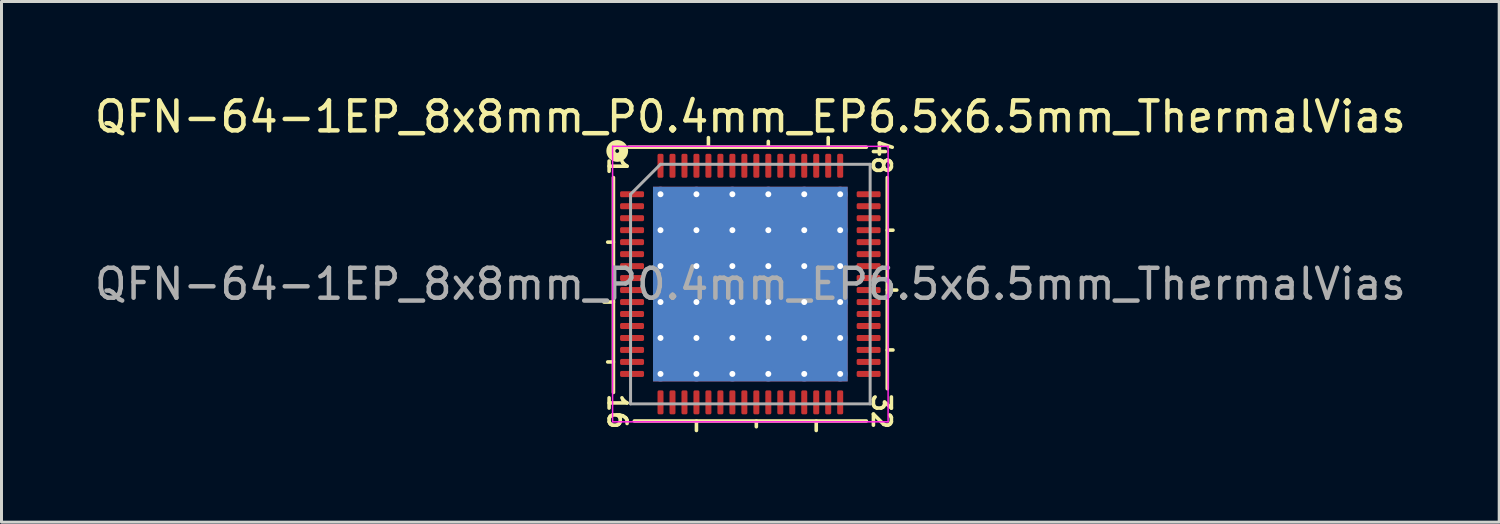
<source format=kicad_pcb>
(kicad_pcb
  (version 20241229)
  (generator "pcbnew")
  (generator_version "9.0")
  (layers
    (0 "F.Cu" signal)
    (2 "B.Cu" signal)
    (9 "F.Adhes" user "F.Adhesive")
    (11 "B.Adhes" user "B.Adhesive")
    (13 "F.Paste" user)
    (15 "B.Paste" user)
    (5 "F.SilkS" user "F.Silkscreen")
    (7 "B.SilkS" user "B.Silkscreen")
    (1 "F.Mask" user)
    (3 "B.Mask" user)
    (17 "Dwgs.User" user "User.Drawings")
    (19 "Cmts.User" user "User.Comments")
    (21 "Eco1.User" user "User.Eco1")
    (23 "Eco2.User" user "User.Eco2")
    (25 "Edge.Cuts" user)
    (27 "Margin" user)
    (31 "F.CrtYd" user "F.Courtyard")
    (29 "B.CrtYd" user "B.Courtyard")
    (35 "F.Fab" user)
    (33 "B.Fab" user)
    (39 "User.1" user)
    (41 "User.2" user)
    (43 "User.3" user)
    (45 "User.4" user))
  (footprint "QFN-64-1EP_8x8mm_P0.4mm_EP6.5x6.5mm_ThermalVias"
    (layer "F.Cu")
    (at 22.006 6.436)
    (property "Reference" "QFN-64-1EP_8x8mm_P0.4mm_EP6.5x6.5mm_ThermalVias" (at 0 -5.588 0) (layer "F.SilkS") (effects (font (size 1 1) (thickness 0.15))))
    (attr smd)
    (fp_line (start -4.572 -3.556) (end -4.572 3.619) (stroke (width 0.12) (type solid)) (layer "F.SilkS"))
    (fp_line (start -4.572 -1.4) (end -4.763 -1.4) (stroke (width 0.12) (type solid)) (layer "F.SilkS"))
    (fp_line (start -4.572 0.6) (end -4.889 0.6) (stroke (width 0.12) (type solid)) (layer "F.SilkS"))
    (fp_line (start -4.572 2.6) (end -4.763 2.6) (stroke (width 0.12) (type solid)) (layer "F.SilkS"))
    (fp_line (start -3.873 4.572) (end 3.873 4.572) (stroke (width 0.12) (type solid)) (layer "F.SilkS"))
    (fp_line (start -1.8 4.572) (end -1.8 4.889) (stroke (width 0.12) (type solid)) (layer "F.SilkS"))
    (fp_line (start -1.4 -4.572) (end -1.4 -4.889) (stroke (width 0.12) (type solid)) (layer "F.SilkS"))
    (fp_line (start 0.2 4.572) (end 0.2 4.763) (stroke (width 0.12) (type solid)) (layer "F.SilkS"))
    (fp_line (start 0.6 -4.572) (end 0.6 -4.763) (stroke (width 0.12) (type solid)) (layer "F.SilkS"))
    (fp_line (start 2.2 4.572) (end 2.2 4.889) (stroke (width 0.12) (type solid)) (layer "F.SilkS"))
    (fp_line (start 2.6 -4.572) (end 2.6 -4.889) (stroke (width 0.12) (type solid)) (layer "F.SilkS"))
    (fp_line (start 3.873 -4.572) (end -4.064 -4.572) (stroke (width 0.12) (type solid)) (layer "F.SilkS"))
    (fp_line (start 4.572 -1.8) (end 4.763 -1.8) (stroke (width 0.12) (type solid)) (layer "F.SilkS"))
    (fp_line (start 4.572 0.2) (end 4.889 0.2) (stroke (width 0.12) (type solid)) (layer "F.SilkS"))
    (fp_line (start 4.572 2.2) (end 4.763 2.2) (stroke (width 0.12) (type solid)) (layer "F.SilkS"))
    (fp_line (start 4.572 3.493) (end 4.572 -3.556) (stroke (width 0.12) (type solid)) (layer "F.SilkS"))
    (fp_circle (center -4.445 -4.445) (end -4.381 -4.445) (stroke (width 0.3) (type solid)) (fill no) (layer "F.SilkS"))
    (fp_line (start -4.6 -4.6) (end -4.6 4.6) (stroke (width 0.05) (type solid)) (layer "F.CrtYd"))
    (fp_line (start -4.6 4.6) (end 4.6 4.6) (stroke (width 0.05) (type solid)) (layer "F.CrtYd"))
    (fp_line (start 4.6 -4.6) (end -4.6 -4.6) (stroke (width 0.05) (type solid)) (layer "F.CrtYd"))
    (fp_line (start 4.6 4.6) (end 4.6 -4.6) (stroke (width 0.05) (type solid)) (layer "F.CrtYd"))
    (fp_line (start -4 -3) (end -3 -4) (stroke (width 0.1) (type solid)) (layer "F.Fab"))
    (fp_line (start -4 4) (end -4 -3) (stroke (width 0.1) (type solid)) (layer "F.Fab"))
    (fp_line (start -3 -4) (end 4 -4) (stroke (width 0.1) (type solid)) (layer "F.Fab"))
    (fp_line (start 4 -4) (end 4 4) (stroke (width 0.1) (type solid)) (layer "F.Fab"))
    (fp_line (start 4 4) (end -4 4) (stroke (width 0.1) (type solid)) (layer "F.Fab"))
    (fp_text user "32" (at 4.381 4.255 270) (unlocked yes) (layer "F.SilkS") (effects (font (size 0.6 0.6) (thickness 0.12))))
    (fp_text user "1" (at -4.445 -3.937 270) (unlocked yes) (layer "F.SilkS") (effects (font (size 0.6 0.6) (thickness 0.12))))
    (fp_text user "48" (at 4.381 -4.255 270) (unlocked yes) (layer "F.SilkS") (effects (font (size 0.6 0.6) (thickness 0.12))))
    (fp_text user "16" (at -4.445 4.255 270) (unlocked yes) (layer "F.SilkS") (effects (font (size 0.6 0.6) (thickness 0.12))))
    (fp_text user "${REFERENCE}" (at 0 0 0) (layer "F.Fab") (effects (font (size 1 1) (thickness 0.15))))
    (pad "" smd roundrect (at -2.4 -2.4) (size 1.007 1.007) (layers "F.Paste") (roundrect_rratio 0.248))
    (pad "" smd roundrect (at -2.4 -1.2) (size 1.007 1.007) (layers "F.Paste") (roundrect_rratio 0.248))
    (pad "" smd roundrect (at -2.4 0) (size 1.007 1.007) (layers "F.Paste") (roundrect_rratio 0.248))
    (pad "" smd roundrect (at -2.4 1.2) (size 1.007 1.007) (layers "F.Paste") (roundrect_rratio 0.248))
    (pad "" smd roundrect (at -2.4 2.4) (size 1.007 1.007) (layers "F.Paste") (roundrect_rratio 0.248))
    (pad "" smd roundrect (at -1.2 -2.4) (size 1.007 1.007) (layers "F.Paste") (roundrect_rratio 0.248))
    (pad "" smd roundrect (at -1.2 -1.2) (size 1.007 1.007) (layers "F.Paste") (roundrect_rratio 0.248))
    (pad "" smd roundrect (at -1.2 0) (size 1.007 1.007) (layers "F.Paste") (roundrect_rratio 0.248))
    (pad "" smd roundrect (at -1.2 1.2) (size 1.007 1.007) (layers "F.Paste") (roundrect_rratio 0.248))
    (pad "" smd roundrect (at -1.2 2.4) (size 1.007 1.007) (layers "F.Paste") (roundrect_rratio 0.248))
    (pad "" smd roundrect (at 0 -2.4) (size 1.007 1.007) (layers "F.Paste") (roundrect_rratio 0.248))
    (pad "" smd roundrect (at 0 -1.2) (size 1.007 1.007) (layers "F.Paste") (roundrect_rratio 0.248))
    (pad "" smd roundrect (at 0 0) (size 1.007 1.007) (layers "F.Paste") (roundrect_rratio 0.248))
    (pad "" smd roundrect (at 0 1.2) (size 1.007 1.007) (layers "F.Paste") (roundrect_rratio 0.248))
    (pad "" smd roundrect (at 0 2.4) (size 1.007 1.007) (layers "F.Paste") (roundrect_rratio 0.248))
    (pad "" smd roundrect (at 1.2 -2.4) (size 1.007 1.007) (layers "F.Paste") (roundrect_rratio 0.248))
    (pad "" smd roundrect (at 1.2 -1.2) (size 1.007 1.007) (layers "F.Paste") (roundrect_rratio 0.248))
    (pad "" smd roundrect (at 1.2 0) (size 1.007 1.007) (layers "F.Paste") (roundrect_rratio 0.248))
    (pad "" smd roundrect (at 1.2 1.2) (size 1.007 1.007) (layers "F.Paste") (roundrect_rratio 0.248))
    (pad "" smd roundrect (at 1.2 2.4) (size 1.007 1.007) (layers "F.Paste") (roundrect_rratio 0.248))
    (pad "" smd roundrect (at 2.4 -2.4) (size 1.007 1.007) (layers "F.Paste") (roundrect_rratio 0.248))
    (pad "" smd roundrect (at 2.4 -1.2) (size 1.007 1.007) (layers "F.Paste") (roundrect_rratio 0.248))
    (pad "" smd roundrect (at 2.4 0) (size 1.007 1.007) (layers "F.Paste") (roundrect_rratio 0.248))
    (pad "" smd roundrect (at 2.4 1.2) (size 1.007 1.007) (layers "F.Paste") (roundrect_rratio 0.248))
    (pad "" smd roundrect (at 2.4 2.4) (size 1.007 1.007) (layers "F.Paste") (roundrect_rratio 0.248))
    (pad "1" smd roundrect (at -3.95 -3) (size 0.8 0.2) (layers "F.Cu" "F.Mask" "F.Paste") (roundrect_rratio 0.25))
    (pad "2" smd roundrect (at -3.95 -2.6) (size 0.8 0.2) (layers "F.Cu" "F.Mask" "F.Paste") (roundrect_rratio 0.25))
    (pad "3" smd roundrect (at -3.95 -2.2) (size 0.8 0.2) (layers "F.Cu" "F.Mask" "F.Paste") (roundrect_rratio 0.25))
    (pad "4" smd roundrect (at -3.95 -1.8) (size 0.8 0.2) (layers "F.Cu" "F.Mask" "F.Paste") (roundrect_rratio 0.25))
    (pad "5" smd roundrect (at -3.95 -1.4) (size 0.8 0.2) (layers "F.Cu" "F.Mask" "F.Paste") (roundrect_rratio 0.25))
    (pad "6" smd roundrect (at -3.95 -1) (size 0.8 0.2) (layers "F.Cu" "F.Mask" "F.Paste") (roundrect_rratio 0.25))
    (pad "7" smd roundrect (at -3.95 -0.6) (size 0.8 0.2) (layers "F.Cu" "F.Mask" "F.Paste") (roundrect_rratio 0.25))
    (pad "8" smd roundrect (at -3.95 -0.2) (size 0.8 0.2) (layers "F.Cu" "F.Mask" "F.Paste") (roundrect_rratio 0.25))
    (pad "9" smd roundrect (at -3.95 0.2) (size 0.8 0.2) (layers "F.Cu" "F.Mask" "F.Paste") (roundrect_rratio 0.25))
    (pad "10" smd roundrect (at -3.95 0.6) (size 0.8 0.2) (layers "F.Cu" "F.Mask" "F.Paste") (roundrect_rratio 0.25))
    (pad "11" smd roundrect (at -3.95 1) (size 0.8 0.2) (layers "F.Cu" "F.Mask" "F.Paste") (roundrect_rratio 0.25))
    (pad "12" smd roundrect (at -3.95 1.4) (size 0.8 0.2) (layers "F.Cu" "F.Mask" "F.Paste") (roundrect_rratio 0.25))
    (pad "13" smd roundrect (at -3.95 1.8) (size 0.8 0.2) (layers "F.Cu" "F.Mask" "F.Paste") (roundrect_rratio 0.25))
    (pad "14" smd roundrect (at -3.95 2.2) (size 0.8 0.2) (layers "F.Cu" "F.Mask" "F.Paste") (roundrect_rratio 0.25))
    (pad "15" smd roundrect (at -3.95 2.6) (size 0.8 0.2) (layers "F.Cu" "F.Mask" "F.Paste") (roundrect_rratio 0.25))
    (pad "16" smd roundrect (at -3.95 3) (size 0.8 0.2) (layers "F.Cu" "F.Mask" "F.Paste") (roundrect_rratio 0.25))
    (pad "17" smd roundrect (at -3 3.95) (size 0.2 0.8) (layers "F.Cu" "F.Mask" "F.Paste") (roundrect_rratio 0.25))
    (pad "18" smd roundrect (at -2.6 3.95) (size 0.2 0.8) (layers "F.Cu" "F.Mask" "F.Paste") (roundrect_rratio 0.25))
    (pad "19" smd roundrect (at -2.2 3.95) (size 0.2 0.8) (layers "F.Cu" "F.Mask" "F.Paste") (roundrect_rratio 0.25))
    (pad "20" smd roundrect (at -1.8 3.95) (size 0.2 0.8) (layers "F.Cu" "F.Mask" "F.Paste") (roundrect_rratio 0.25))
    (pad "21" smd roundrect (at -1.4 3.95) (size 0.2 0.8) (layers "F.Cu" "F.Mask" "F.Paste") (roundrect_rratio 0.25))
    (pad "22" smd roundrect (at -1 3.95) (size 0.2 0.8) (layers "F.Cu" "F.Mask" "F.Paste") (roundrect_rratio 0.25))
    (pad "23" smd roundrect (at -0.6 3.95) (size 0.2 0.8) (layers "F.Cu" "F.Mask" "F.Paste") (roundrect_rratio 0.25))
    (pad "24" smd roundrect (at -0.2 3.95) (size 0.2 0.8) (layers "F.Cu" "F.Mask" "F.Paste") (roundrect_rratio 0.25))
    (pad "25" smd roundrect (at 0.2 3.95) (size 0.2 0.8) (layers "F.Cu" "F.Mask" "F.Paste") (roundrect_rratio 0.25))
    (pad "26" smd roundrect (at 0.6 3.95) (size 0.2 0.8) (layers "F.Cu" "F.Mask" "F.Paste") (roundrect_rratio 0.25))
    (pad "27" smd roundrect (at 1 3.95) (size 0.2 0.8) (layers "F.Cu" "F.Mask" "F.Paste") (roundrect_rratio 0.25))
    (pad "28" smd roundrect (at 1.4 3.95) (size 0.2 0.8) (layers "F.Cu" "F.Mask" "F.Paste") (roundrect_rratio 0.25))
    (pad "29" smd roundrect (at 1.8 3.95) (size 0.2 0.8) (layers "F.Cu" "F.Mask" "F.Paste") (roundrect_rratio 0.25))
    (pad "30" smd roundrect (at 2.2 3.95) (size 0.2 0.8) (layers "F.Cu" "F.Mask" "F.Paste") (roundrect_rratio 0.25))
    (pad "31" smd roundrect (at 2.6 3.95) (size 0.2 0.8) (layers "F.Cu" "F.Mask" "F.Paste") (roundrect_rratio 0.25))
    (pad "32" smd roundrect (at 3 3.95) (size 0.2 0.8) (layers "F.Cu" "F.Mask" "F.Paste") (roundrect_rratio 0.25))
    (pad "33" smd roundrect (at 3.95 3) (size 0.8 0.2) (layers "F.Cu" "F.Mask" "F.Paste") (roundrect_rratio 0.25))
    (pad "34" smd roundrect (at 3.95 2.6) (size 0.8 0.2) (layers "F.Cu" "F.Mask" "F.Paste") (roundrect_rratio 0.25))
    (pad "35" smd roundrect (at 3.95 2.2) (size 0.8 0.2) (layers "F.Cu" "F.Mask" "F.Paste") (roundrect_rratio 0.25))
    (pad "36" smd roundrect (at 3.95 1.8) (size 0.8 0.2) (layers "F.Cu" "F.Mask" "F.Paste") (roundrect_rratio 0.25))
    (pad "37" smd roundrect (at 3.95 1.4) (size 0.8 0.2) (layers "F.Cu" "F.Mask" "F.Paste") (roundrect_rratio 0.25))
    (pad "38" smd roundrect (at 3.95 1) (size 0.8 0.2) (layers "F.Cu" "F.Mask" "F.Paste") (roundrect_rratio 0.25))
    (pad "39" smd roundrect (at 3.95 0.6) (size 0.8 0.2) (layers "F.Cu" "F.Mask" "F.Paste") (roundrect_rratio 0.25))
    (pad "40" smd roundrect (at 3.95 0.2) (size 0.8 0.2) (layers "F.Cu" "F.Mask" "F.Paste") (roundrect_rratio 0.25))
    (pad "41" smd roundrect (at 3.95 -0.2) (size 0.8 0.2) (layers "F.Cu" "F.Mask" "F.Paste") (roundrect_rratio 0.25))
    (pad "42" smd roundrect (at 3.95 -0.6) (size 0.8 0.2) (layers "F.Cu" "F.Mask" "F.Paste") (roundrect_rratio 0.25))
    (pad "43" smd roundrect (at 3.95 -1) (size 0.8 0.2) (layers "F.Cu" "F.Mask" "F.Paste") (roundrect_rratio 0.25))
    (pad "44" smd roundrect (at 3.95 -1.4) (size 0.8 0.2) (layers "F.Cu" "F.Mask" "F.Paste") (roundrect_rratio 0.25))
    (pad "45" smd roundrect (at 3.95 -1.8) (size 0.8 0.2) (layers "F.Cu" "F.Mask" "F.Paste") (roundrect_rratio 0.25))
    (pad "46" smd roundrect (at 3.95 -2.2) (size 0.8 0.2) (layers "F.Cu" "F.Mask" "F.Paste") (roundrect_rratio 0.25))
    (pad "47" smd roundrect (at 3.95 -2.6) (size 0.8 0.2) (layers "F.Cu" "F.Mask" "F.Paste") (roundrect_rratio 0.25))
    (pad "48" smd roundrect (at 3.95 -3) (size 0.8 0.2) (layers "F.Cu" "F.Mask" "F.Paste") (roundrect_rratio 0.25))
    (pad "49" smd roundrect (at 3 -3.95) (size 0.2 0.8) (layers "F.Cu" "F.Mask" "F.Paste") (roundrect_rratio 0.25))
    (pad "50" smd roundrect (at 2.6 -3.95) (size 0.2 0.8) (layers "F.Cu" "F.Mask" "F.Paste") (roundrect_rratio 0.25))
    (pad "51" smd roundrect (at 2.2 -3.95) (size 0.2 0.8) (layers "F.Cu" "F.Mask" "F.Paste") (roundrect_rratio 0.25))
    (pad "52" smd roundrect (at 1.8 -3.95) (size 0.2 0.8) (layers "F.Cu" "F.Mask" "F.Paste") (roundrect_rratio 0.25))
    (pad "53" smd roundrect (at 1.4 -3.95) (size 0.2 0.8) (layers "F.Cu" "F.Mask" "F.Paste") (roundrect_rratio 0.25))
    (pad "54" smd roundrect (at 1 -3.95) (size 0.2 0.8) (layers "F.Cu" "F.Mask" "F.Paste") (roundrect_rratio 0.25))
    (pad "55" smd roundrect (at 0.6 -3.95) (size 0.2 0.8) (layers "F.Cu" "F.Mask" "F.Paste") (roundrect_rratio 0.25))
    (pad "56" smd roundrect (at 0.2 -3.95) (size 0.2 0.8) (layers "F.Cu" "F.Mask" "F.Paste") (roundrect_rratio 0.25))
    (pad "57" smd roundrect (at -0.2 -3.95) (size 0.2 0.8) (layers "F.Cu" "F.Mask" "F.Paste") (roundrect_rratio 0.25))
    (pad "58" smd roundrect (at -0.6 -3.95) (size 0.2 0.8) (layers "F.Cu" "F.Mask" "F.Paste") (roundrect_rratio 0.25))
    (pad "59" smd roundrect (at -1 -3.95) (size 0.2 0.8) (layers "F.Cu" "F.Mask" "F.Paste") (roundrect_rratio 0.25))
    (pad "60" smd roundrect (at -1.4 -3.95) (size 0.2 0.8) (layers "F.Cu" "F.Mask" "F.Paste") (roundrect_rratio 0.25))
    (pad "61" smd roundrect (at -1.8 -3.95) (size 0.2 0.8) (layers "F.Cu" "F.Mask" "F.Paste") (roundrect_rratio 0.25))
    (pad "62" smd roundrect (at -2.2 -3.95) (size 0.2 0.8) (layers "F.Cu" "F.Mask" "F.Paste") (roundrect_rratio 0.25))
    (pad "63" smd roundrect (at -2.6 -3.95) (size 0.2 0.8) (layers "F.Cu" "F.Mask" "F.Paste") (roundrect_rratio 0.25))
    (pad "64" smd roundrect (at -3 -3.95) (size 0.2 0.8) (layers "F.Cu" "F.Mask" "F.Paste") (roundrect_rratio 0.25))
    (pad "65" thru_hole circle (at -3 -3) (size 0.5 0.5) (drill 0.2) (layers "*.Cu"))
    (pad "65" thru_hole circle (at -3 -1.8) (size 0.5 0.5) (drill 0.2) (layers "*.Cu"))
    (pad "65" thru_hole circle (at -3 -0.6) (size 0.5 0.5) (drill 0.2) (layers "*.Cu"))
    (pad "65" thru_hole circle (at -3 0.6) (size 0.5 0.5) (drill 0.2) (layers "*.Cu"))
    (pad "65" thru_hole circle (at -3 1.8) (size 0.5 0.5) (drill 0.2) (layers "*.Cu"))
    (pad "65" thru_hole circle (at -3 3) (size 0.5 0.5) (drill 0.2) (layers "*.Cu"))
    (pad "65" thru_hole circle (at -1.8 -3) (size 0.5 0.5) (drill 0.2) (layers "*.Cu"))
    (pad "65" thru_hole circle (at -1.8 -1.8) (size 0.5 0.5) (drill 0.2) (layers "*.Cu"))
    (pad "65" thru_hole circle (at -1.8 -0.6) (size 0.5 0.5) (drill 0.2) (layers "*.Cu"))
    (pad "65" thru_hole circle (at -1.8 0.6) (size 0.5 0.5) (drill 0.2) (layers "*.Cu"))
    (pad "65" thru_hole circle (at -1.8 1.8) (size 0.5 0.5) (drill 0.2) (layers "*.Cu"))
    (pad "65" thru_hole circle (at -1.8 3) (size 0.5 0.5) (drill 0.2) (layers "*.Cu"))
    (pad "65" thru_hole circle (at -0.6 -3) (size 0.5 0.5) (drill 0.2) (layers "*.Cu"))
    (pad "65" thru_hole circle (at -0.6 -1.8) (size 0.5 0.5) (drill 0.2) (layers "*.Cu"))
    (pad "65" thru_hole circle (at -0.6 -0.6) (size 0.5 0.5) (drill 0.2) (layers "*.Cu"))
    (pad "65" thru_hole circle (at -0.6 0.6) (size 0.5 0.5) (drill 0.2) (layers "*.Cu"))
    (pad "65" thru_hole circle (at -0.6 1.8) (size 0.5 0.5) (drill 0.2) (layers "*.Cu"))
    (pad "65" thru_hole circle (at -0.6 3) (size 0.5 0.5) (drill 0.2) (layers "*.Cu"))
    (pad "65" smd rect (at 0 0) (size 6.5 6.5) (layers "F.Cu" "F.Mask"))
    (pad "65" smd rect (at 0 0) (size 6.5 6.5) (layers "B.Cu" "B.Mask"))
    (pad "65" thru_hole circle (at 0.6 -3) (size 0.5 0.5) (drill 0.2) (layers "*.Cu"))
    (pad "65" thru_hole circle (at 0.6 -1.8) (size 0.5 0.5) (drill 0.2) (layers "*.Cu"))
    (pad "65" thru_hole circle (at 0.6 -0.6) (size 0.5 0.5) (drill 0.2) (layers "*.Cu"))
    (pad "65" thru_hole circle (at 0.6 0.6) (size 0.5 0.5) (drill 0.2) (layers "*.Cu"))
    (pad "65" thru_hole circle (at 0.6 1.8) (size 0.5 0.5) (drill 0.2) (layers "*.Cu"))
    (pad "65" thru_hole circle (at 0.6 3) (size 0.5 0.5) (drill 0.2) (layers "*.Cu"))
    (pad "65" thru_hole circle (at 1.8 -3) (size 0.5 0.5) (drill 0.2) (layers "*.Cu"))
    (pad "65" thru_hole circle (at 1.8 -1.8) (size 0.5 0.5) (drill 0.2) (layers "*.Cu"))
    (pad "65" thru_hole circle (at 1.8 -0.6) (size 0.5 0.5) (drill 0.2) (layers "*.Cu"))
    (pad "65" thru_hole circle (at 1.8 0.6) (size 0.5 0.5) (drill 0.2) (layers "*.Cu"))
    (pad "65" thru_hole circle (at 1.8 1.8) (size 0.5 0.5) (drill 0.2) (layers "*.Cu"))
    (pad "65" thru_hole circle (at 1.8 3) (size 0.5 0.5) (drill 0.2) (layers "*.Cu"))
    (pad "65" thru_hole circle (at 3 -3) (size 0.5 0.5) (drill 0.2) (layers "*.Cu"))
    (pad "65" thru_hole circle (at 3 -1.8) (size 0.5 0.5) (drill 0.2) (layers "*.Cu"))
    (pad "65" thru_hole circle (at 3 -0.6) (size 0.5 0.5) (drill 0.2) (layers "*.Cu"))
    (pad "65" thru_hole circle (at 3 0.6) (size 0.5 0.5) (drill 0.2) (layers "*.Cu"))
    (pad "65" thru_hole circle (at 3 1.8) (size 0.5 0.5) (drill 0.2) (layers "*.Cu"))
    (pad "65" thru_hole circle (at 3 3) (size 0.5 0.5) (drill 0.2) (layers "*.Cu")))
  (gr_rect
    (start -3 -3)
    (end 47.012 14.386)
    (stroke (width 0.1) (type default))
    (fill no)
    (layer "Edge.Cuts")))
</source>
